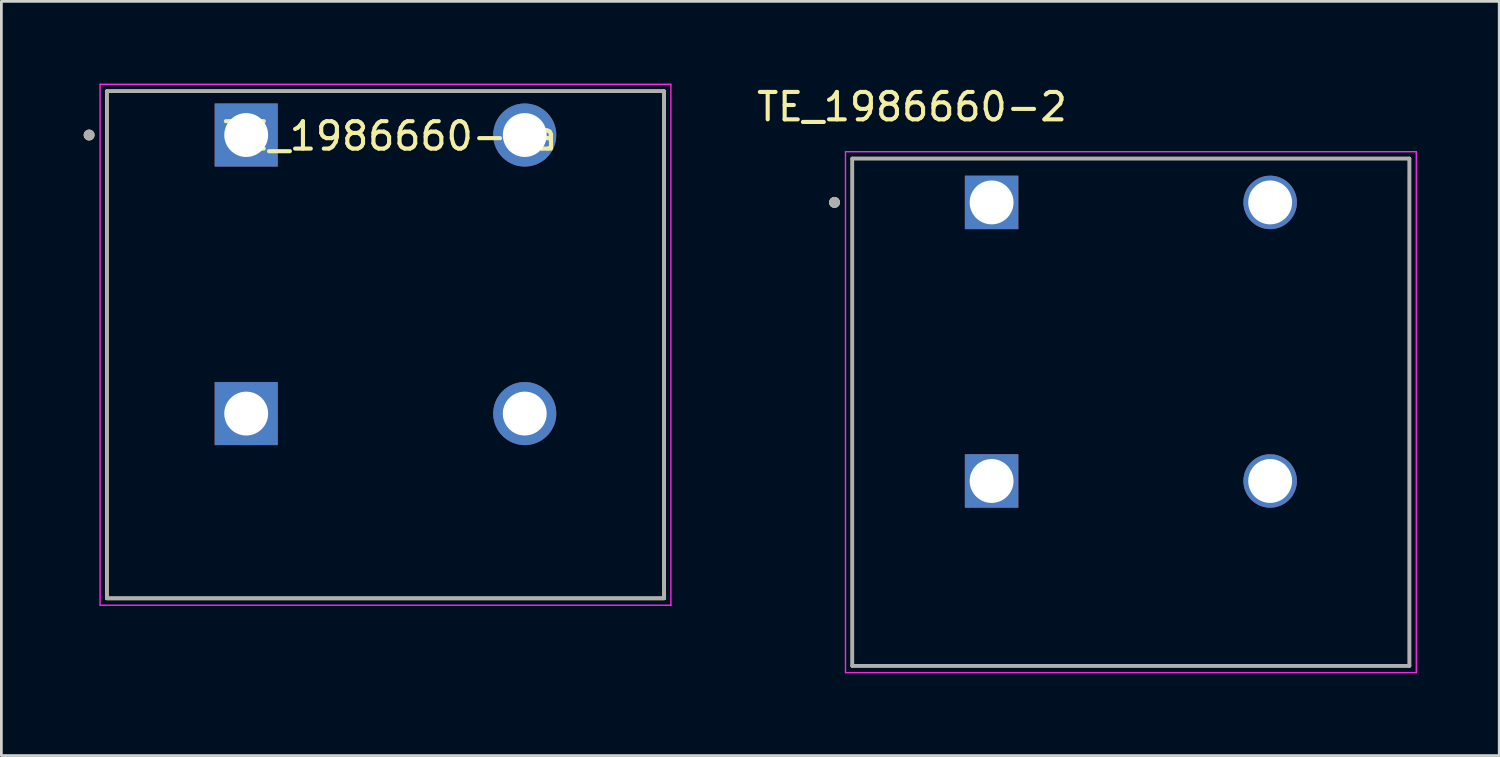
<source format=kicad_pcb>
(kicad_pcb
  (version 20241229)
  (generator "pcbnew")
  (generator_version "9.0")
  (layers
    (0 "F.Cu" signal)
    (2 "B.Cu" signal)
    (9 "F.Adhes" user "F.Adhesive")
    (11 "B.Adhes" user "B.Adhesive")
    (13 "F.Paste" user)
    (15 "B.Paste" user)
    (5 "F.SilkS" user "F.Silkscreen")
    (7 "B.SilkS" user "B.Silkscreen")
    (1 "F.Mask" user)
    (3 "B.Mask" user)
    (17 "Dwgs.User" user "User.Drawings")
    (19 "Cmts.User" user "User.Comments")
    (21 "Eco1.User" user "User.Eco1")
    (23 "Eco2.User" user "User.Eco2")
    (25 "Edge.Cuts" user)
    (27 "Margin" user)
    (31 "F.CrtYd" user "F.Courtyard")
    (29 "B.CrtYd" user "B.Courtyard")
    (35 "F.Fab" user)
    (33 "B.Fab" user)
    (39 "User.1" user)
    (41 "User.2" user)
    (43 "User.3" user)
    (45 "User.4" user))
  (footprint "TE_1986660-2a"
    (layer "F.Cu")
    (at 5.93 1.875)
    (property "Reference" "TE_1986660-2a" (at 5.26 0.04 0) (unlocked yes) (layer "F.SilkS") (effects (font (size 1 1) (thickness 0.15))))
    (attr through_hole)
    (fp_line (start -5.08 16.9) (end -5.08 -1.6) (stroke (width 0.127) (type solid)) (layer "F.SilkS"))
    (fp_line (start 15.24 -1.6) (end -5.08 -1.6) (stroke (width 0.127) (type solid)) (layer "F.SilkS"))
    (fp_line (start 15.24 -1.6) (end 15.24 16.9) (stroke (width 0.127) (type solid)) (layer "F.SilkS"))
    (fp_line (start 15.24 16.9) (end -5.08 16.9) (stroke (width 0.127) (type solid)) (layer "F.SilkS"))
    (fp_circle (center -5.73 0) (end -5.63 0) (stroke (width 0.2) (type solid)) (fill no) (layer "F.SilkS"))
    (fp_line (start -5.33 -1.85) (end 15.49 -1.85) (stroke (width 0.05) (type solid)) (layer "F.CrtYd"))
    (fp_line (start -5.33 17.15) (end -5.33 -1.85) (stroke (width 0.05) (type solid)) (layer "F.CrtYd"))
    (fp_line (start 15.49 -1.85) (end 15.49 17.15) (stroke (width 0.05) (type solid)) (layer "F.CrtYd"))
    (fp_line (start 15.49 17.15) (end -5.33 17.15) (stroke (width 0.05) (type solid)) (layer "F.CrtYd"))
    (fp_line (start -5.08 -1.6) (end 15.24 -1.6) (stroke (width 0.127) (type solid)) (layer "F.Fab"))
    (fp_line (start -5.08 16.9) (end -5.08 -1.6) (stroke (width 0.127) (type solid)) (layer "F.Fab"))
    (fp_line (start -5.08 16.9) (end -5.08 16.9) (stroke (width 0.127) (type solid)) (layer "F.Fab"))
    (fp_line (start -5.08 16.9) (end 15.24 16.9) (stroke (width 0.127) (type solid)) (layer "F.Fab"))
    (fp_line (start 15.24 -1.6) (end 15.24 16.9) (stroke (width 0.127) (type solid)) (layer "F.Fab"))
    (fp_line (start 15.24 16.9) (end -5.08 16.9) (stroke (width 0.127) (type solid)) (layer "F.Fab"))
    (fp_line (start 15.24 16.9) (end 15.24 16.9) (stroke (width 0.127) (type solid)) (layer "F.Fab"))
    (fp_circle (center -5.73 0) (end -5.63 0) (stroke (width 0.2) (type solid)) (fill no) (layer "F.Fab"))
    (pad "1" thru_hole rect (at 0 0) (size 2.3 2.3) (drill 1.6) (layers "*.Cu" "*.Mask"))
    (pad "1" thru_hole rect (at 0 10.16) (size 2.3 2.3) (drill 1.6) (layers "*.Cu" "*.Mask"))
    (pad "2" thru_hole circle (at 10.16 0) (size 2.3 2.3) (drill 1.6) (layers "*.Cu" "*.Mask"))
    (pad "2" thru_hole circle (at 10.16 10.16) (size 2.3 2.3) (drill 1.6) (layers "*.Cu" "*.Mask")))
  (footprint "TE_1986660-2"
    (layer "F.Cu")
    (at 33.118 4.333)
    (property "Reference" "TE_1986660-2" (at -2.905 -3.485 180) (layer "F.SilkS") (effects (font (size 1 1) (thickness 0.15))))
    (attr through_hole)
    (fp_line (start -5.08 16.9) (end -5.08 -1.6) (stroke (width 0.127) (type solid)) (layer "F.SilkS"))
    (fp_line (start 15.24 -1.6) (end -5.08 -1.6) (stroke (width 0.127) (type solid)) (layer "F.SilkS"))
    (fp_line (start 15.24 -1.6) (end 15.24 16.9) (stroke (width 0.127) (type solid)) (layer "F.SilkS"))
    (fp_line (start 15.24 16.9) (end -5.08 16.9) (stroke (width 0.127) (type solid)) (layer "F.SilkS"))
    (fp_circle (center -5.73 0) (end -5.63 0) (stroke (width 0.2) (type solid)) (fill no) (layer "F.SilkS"))
    (fp_line (start -5.33 -1.85) (end 15.49 -1.85) (stroke (width 0.05) (type solid)) (layer "F.CrtYd"))
    (fp_line (start -5.33 17.15) (end -5.33 -1.85) (stroke (width 0.05) (type solid)) (layer "F.CrtYd"))
    (fp_line (start 15.49 -1.85) (end 15.49 17.15) (stroke (width 0.05) (type solid)) (layer "F.CrtYd"))
    (fp_line (start 15.49 17.15) (end -5.33 17.15) (stroke (width 0.05) (type solid)) (layer "F.CrtYd"))
    (fp_line (start -5.08 -1.6) (end 15.24 -1.6) (stroke (width 0.127) (type solid)) (layer "F.Fab"))
    (fp_line (start -5.08 16.9) (end -5.08 -1.6) (stroke (width 0.127) (type solid)) (layer "F.Fab"))
    (fp_line (start -5.08 16.9) (end -5.08 16.9) (stroke (width 0.127) (type solid)) (layer "F.Fab"))
    (fp_line (start -5.08 16.9) (end 15.24 16.9) (stroke (width 0.127) (type solid)) (layer "F.Fab"))
    (fp_line (start 15.24 -1.6) (end 15.24 16.9) (stroke (width 0.127) (type solid)) (layer "F.Fab"))
    (fp_line (start 15.24 16.9) (end -5.08 16.9) (stroke (width 0.127) (type solid)) (layer "F.Fab"))
    (fp_line (start 15.24 16.9) (end 15.24 16.9) (stroke (width 0.127) (type solid)) (layer "F.Fab"))
    (fp_circle (center -5.73 0) (end -5.63 0) (stroke (width 0.2) (type solid)) (fill no) (layer "F.Fab"))
    (pad "1_1" thru_hole rect (at 0 0) (size 1.95 1.95) (drill 1.6) (layers "*.Cu" "*.Mask"))
    (pad "1_2" thru_hole rect (at 0 10.16) (size 1.95 1.95) (drill 1.6) (layers "*.Cu" "*.Mask"))
    (pad "2_1" thru_hole circle (at 10.16 0) (size 1.95 1.95) (drill 1.6) (layers "*.Cu" "*.Mask"))
    (pad "2_2" thru_hole circle (at 10.16 10.16) (size 1.95 1.95) (drill 1.6) (layers "*.Cu" "*.Mask")))
  (gr_rect
    (start -3 -3)
    (end 51.633 24.508)
    (stroke (width 0.1) (type default))
    (fill no)
    (layer "Edge.Cuts")))
</source>
